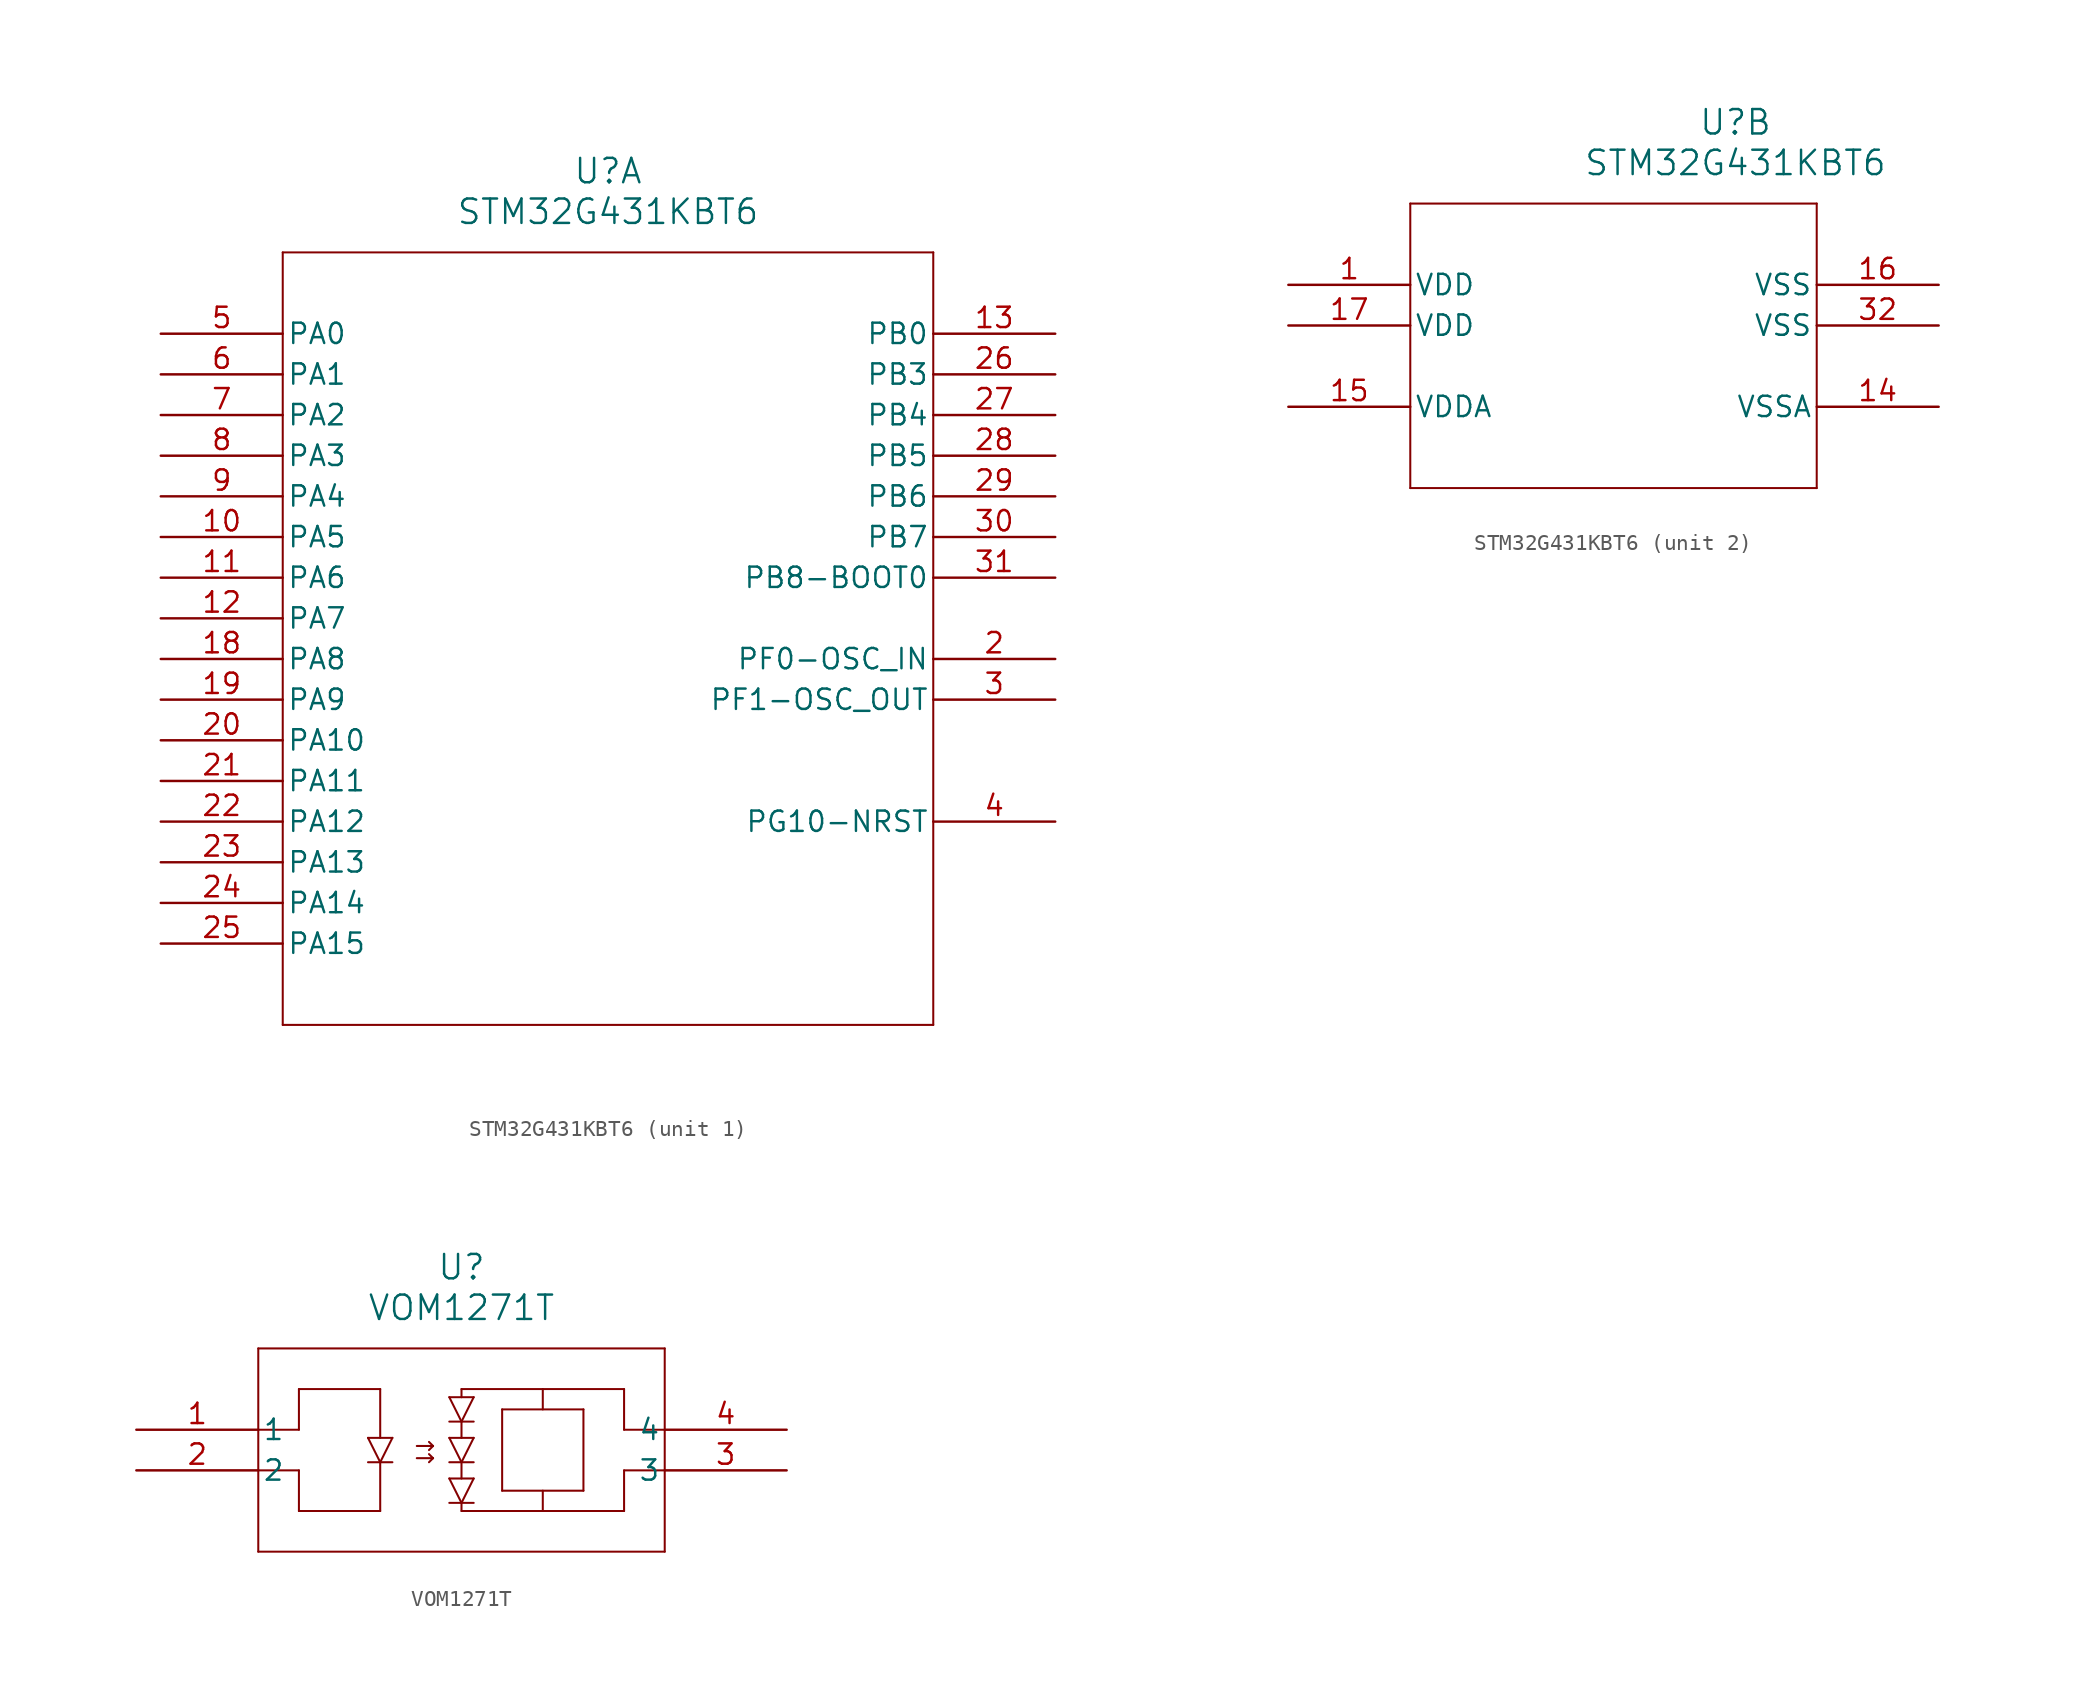
<source format=kicad_sym>
(kicad_symbol_lib
  (version 20220914)
  (generator kicad_symbol_editor)
  (symbol "STM32G431KBT6"
    (pin_names
      (offset 0.254))
    (property "Reference" "U"
      (at 27.94 10.16 0)
      (effects (font (size 1.524 1.524))))
    (property "Value" "STM32G431KBT6"
      (at 27.94 7.62 0)
      (effects (font (size 1.524 1.524))))
    (property "ki_locked" ""
      (at 0 0 0)
      (effects (font (size 1.27 1.27))))
    (symbol "STM32G431KBT6_1_1"
      (polyline (pts (xy 7.62 -43.18) (xy 48.26 -43.18)) (stroke (width 0.127) (type default)) (fill (type none)))
      (polyline (pts (xy 7.62 5.08) (xy 7.62 -43.18)) (stroke (width 0.127) (type default)) (fill (type none)))
      (polyline (pts (xy 48.26 -43.18) (xy 48.26 5.08)) (stroke (width 0.127) (type default)) (fill (type none)))
      (polyline (pts (xy 48.26 5.08) (xy 7.62 5.08)) (stroke (width 0.127) (type default)) (fill (type none)))
      (pin bidirectional line (at 0 -12.7 0) (length 7.62) (name "PA5" (effects (font (size 1.27 1.27)))) (number "10" (effects (font (size 1.27 1.27)))))
      (pin bidirectional line (at 0 -15.24 0) (length 7.62) (name "PA6" (effects (font (size 1.27 1.27)))) (number "11" (effects (font (size 1.27 1.27)))))
      (pin bidirectional line (at 0 -17.78 0) (length 7.62) (name "PA7" (effects (font (size 1.27 1.27)))) (number "12" (effects (font (size 1.27 1.27)))))
      (pin bidirectional line (at 55.88 0 180) (length 7.62) (name "PB0" (effects (font (size 1.27 1.27)))) (number "13" (effects (font (size 1.27 1.27)))))
      (pin bidirectional line (at 0 -20.32 0) (length 7.62) (name "PA8" (effects (font (size 1.27 1.27)))) (number "18" (effects (font (size 1.27 1.27)))))
      (pin bidirectional line (at 0 -22.86 0) (length 7.62) (name "PA9" (effects (font (size 1.27 1.27)))) (number "19" (effects (font (size 1.27 1.27)))))
      (pin bidirectional line (at 55.88 -20.32 180) (length 7.62) (name "PF0-OSC_IN" (effects (font (size 1.27 1.27)))) (number "2" (effects (font (size 1.27 1.27)))))
      (pin bidirectional line (at 0 -25.4 0) (length 7.62) (name "PA10" (effects (font (size 1.27 1.27)))) (number "20" (effects (font (size 1.27 1.27)))))
      (pin bidirectional line (at 0 -27.94 0) (length 7.62) (name "PA11" (effects (font (size 1.27 1.27)))) (number "21" (effects (font (size 1.27 1.27)))))
      (pin bidirectional line (at 0 -30.48 0) (length 7.62) (name "PA12" (effects (font (size 1.27 1.27)))) (number "22" (effects (font (size 1.27 1.27)))))
      (pin bidirectional line (at 0 -33.02 0) (length 7.62) (name "PA13" (effects (font (size 1.27 1.27)))) (number "23" (effects (font (size 1.27 1.27)))))
      (pin bidirectional line (at 0 -35.56 0) (length 7.62) (name "PA14" (effects (font (size 1.27 1.27)))) (number "24" (effects (font (size 1.27 1.27)))))
      (pin bidirectional line (at 0 -38.1 0) (length 7.62) (name "PA15" (effects (font (size 1.27 1.27)))) (number "25" (effects (font (size 1.27 1.27)))))
      (pin bidirectional line (at 55.88 -2.54 180) (length 7.62) (name "PB3" (effects (font (size 1.27 1.27)))) (number "26" (effects (font (size 1.27 1.27)))))
      (pin bidirectional line (at 55.88 -5.08 180) (length 7.62) (name "PB4" (effects (font (size 1.27 1.27)))) (number "27" (effects (font (size 1.27 1.27)))))
      (pin bidirectional line (at 55.88 -7.62 180) (length 7.62) (name "PB5" (effects (font (size 1.27 1.27)))) (number "28" (effects (font (size 1.27 1.27)))))
      (pin bidirectional line (at 55.88 -10.16 180) (length 7.62) (name "PB6" (effects (font (size 1.27 1.27)))) (number "29" (effects (font (size 1.27 1.27)))))
      (pin bidirectional line (at 55.88 -22.86 180) (length 7.62) (name "PF1-OSC_OUT" (effects (font (size 1.27 1.27)))) (number "3" (effects (font (size 1.27 1.27)))))
      (pin bidirectional line (at 55.88 -12.7 180) (length 7.62) (name "PB7" (effects (font (size 1.27 1.27)))) (number "30" (effects (font (size 1.27 1.27)))))
      (pin bidirectional line (at 55.88 -15.24 180) (length 7.62) (name "PB8-BOOT0" (effects (font (size 1.27 1.27)))) (number "31" (effects (font (size 1.27 1.27)))))
      (pin bidirectional line (at 55.88 -30.48 180) (length 7.62) (name "PG10-NRST" (effects (font (size 1.27 1.27)))) (number "4" (effects (font (size 1.27 1.27)))))
      (pin bidirectional line (at 0 0 0) (length 7.62) (name "PA0" (effects (font (size 1.27 1.27)))) (number "5" (effects (font (size 1.27 1.27)))))
      (pin bidirectional line (at 0 -2.54 0) (length 7.62) (name "PA1" (effects (font (size 1.27 1.27)))) (number "6" (effects (font (size 1.27 1.27)))))
      (pin bidirectional line (at 0 -5.08 0) (length 7.62) (name "PA2" (effects (font (size 1.27 1.27)))) (number "7" (effects (font (size 1.27 1.27)))))
      (pin bidirectional line (at 0 -7.62 0) (length 7.62) (name "PA3" (effects (font (size 1.27 1.27)))) (number "8" (effects (font (size 1.27 1.27)))))
      (pin bidirectional line (at 0 -10.16 0) (length 7.62) (name "PA4" (effects (font (size 1.27 1.27)))) (number "9" (effects (font (size 1.27 1.27))))))
    (symbol "STM32G431KBT6_2_1"
      (polyline (pts (xy 7.62 -12.7) (xy 33.02 -12.7)) (stroke (width 0.127) (type default)) (fill (type none)))
      (polyline (pts (xy 7.62 5.08) (xy 7.62 -12.7)) (stroke (width 0.127) (type default)) (fill (type none)))
      (polyline (pts (xy 33.02 -12.7) (xy 33.02 5.08)) (stroke (width 0.127) (type default)) (fill (type none)))
      (polyline (pts (xy 33.02 5.08) (xy 7.62 5.08)) (stroke (width 0.127) (type default)) (fill (type none)))
      (pin power_in line (at 0 0 0) (length 7.62) (name "VDD" (effects (font (size 1.27 1.27)))) (number "1" (effects (font (size 1.27 1.27)))))
      (pin power_in line (at 40.64 -7.62 180) (length 7.62) (name "VSSA" (effects (font (size 1.27 1.27)))) (number "14" (effects (font (size 1.27 1.27)))))
      (pin power_in line (at 0 -7.62 0) (length 7.62) (name "VDDA" (effects (font (size 1.27 1.27)))) (number "15" (effects (font (size 1.27 1.27)))))
      (pin power_in line (at 40.64 0 180) (length 7.62) (name "VSS" (effects (font (size 1.27 1.27)))) (number "16" (effects (font (size 1.27 1.27)))))
      (pin power_in line (at 0 -2.54 0) (length 7.62) (name "VDD" (effects (font (size 1.27 1.27)))) (number "17" (effects (font (size 1.27 1.27)))))
      (pin power_in line (at 40.64 -2.54 180) (length 7.62) (name "VSS" (effects (font (size 1.27 1.27)))) (number "32" (effects (font (size 1.27 1.27)))))))
  (symbol "VOM1271T"
    (pin_names
      (offset 0.254))
    (property "Reference" "U"
      (at 20.32 10.16 0)
      (effects (font (size 1.524 1.524))))
    (property "Value" "VOM1271T"
      (at 20.32 7.62 0)
      (effects (font (size 1.524 1.524))))
    (property "ki_locked" ""
      (at 0 0 0)
      (effects (font (size 1.27 1.27))))
    (symbol "VOM1271T_0_1"
      (polyline (pts (xy 7.62 -7.62) (xy 33.02 -7.62)) (stroke (width 0.127) (type default)) (fill (type none)))
      (polyline (pts (xy 7.62 -2.54) (xy 10.16 -2.54)) (stroke (width 0.127) (type default)) (fill (type none)))
      (polyline (pts (xy 7.62 0) (xy 10.16 0)) (stroke (width 0.127) (type default)) (fill (type none)))
      (polyline (pts (xy 7.62 5.08) (xy 7.62 -7.62)) (stroke (width 0.127) (type default)) (fill (type none)))
      (polyline (pts (xy 10.16 -5.08) (xy 15.24 -5.08)) (stroke (width 0.127) (type default)) (fill (type none)))
      (polyline (pts (xy 10.16 -2.54) (xy 10.16 -5.08)) (stroke (width 0.127) (type default)) (fill (type none)))
      (polyline (pts (xy 10.16 0) (xy 10.16 2.54)) (stroke (width 0.127) (type default)) (fill (type none)))
      (polyline (pts (xy 10.16 2.54) (xy 15.24 2.54)) (stroke (width 0.127) (type default)) (fill (type none)))
      (polyline (pts (xy 14.478 -2.032) (xy 16.002 -2.032)) (stroke (width 0.127) (type default)) (fill (type none)))
      (polyline (pts (xy 14.478 -0.508) (xy 15.24 -2.032)) (stroke (width 0.127) (type default)) (fill (type none)))
      (polyline (pts (xy 15.24 -2.032) (xy 15.24 -5.08)) (stroke (width 0.127) (type default)) (fill (type none)))
      (polyline (pts (xy 15.24 -2.032) (xy 16.002 -0.508)) (stroke (width 0.127) (type default)) (fill (type none)))
      (polyline (pts (xy 15.24 -0.508) (xy 15.24 2.54)) (stroke (width 0.127) (type default)) (fill (type none)))
      (polyline (pts (xy 16.002 -0.508) (xy 14.478 -0.508)) (stroke (width 0.127) (type default)) (fill (type none)))
      (polyline (pts (xy 17.526 -1.778) (xy 18.542 -1.778)) (stroke (width 0.127) (type default)) (fill (type none)))
      (polyline (pts (xy 17.526 -1.016) (xy 18.542 -1.016)) (stroke (width 0.127) (type default)) (fill (type none)))
      (polyline (pts (xy 18.542 -1.778) (xy 18.288 -2.032)) (stroke (width 0.127) (type default)) (fill (type none)))
      (polyline (pts (xy 18.542 -1.778) (xy 18.288 -1.524)) (stroke (width 0.127) (type default)) (fill (type none)))
      (polyline (pts (xy 18.542 -1.016) (xy 18.288 -1.27)) (stroke (width 0.127) (type default)) (fill (type none)))
      (polyline (pts (xy 18.542 -1.016) (xy 18.288 -0.762)) (stroke (width 0.127) (type default)) (fill (type none)))
      (polyline (pts (xy 19.558 -4.572) (xy 21.082 -4.572)) (stroke (width 0.127) (type default)) (fill (type none)))
      (polyline (pts (xy 19.558 -3.048) (xy 20.32 -4.572)) (stroke (width 0.127) (type default)) (fill (type none)))
      (polyline (pts (xy 19.558 -2.032) (xy 21.082 -2.032)) (stroke (width 0.127) (type default)) (fill (type none)))
      (polyline (pts (xy 19.558 -0.508) (xy 20.32 -2.032)) (stroke (width 0.127) (type default)) (fill (type none)))
      (polyline (pts (xy 19.558 0.508) (xy 21.082 0.508)) (stroke (width 0.127) (type default)) (fill (type none)))
      (polyline (pts (xy 19.558 2.032) (xy 20.32 0.508)) (stroke (width 0.127) (type default)) (fill (type none)))
      (polyline (pts (xy 20.32 -5.08) (xy 30.48 -5.08)) (stroke (width 0.127) (type default)) (fill (type none)))
      (polyline (pts (xy 20.32 -4.572) (xy 20.32 -5.08)) (stroke (width 0.127) (type default)) (fill (type none)))
      (polyline (pts (xy 20.32 -4.572) (xy 21.082 -3.048)) (stroke (width 0.127) (type default)) (fill (type none)))
      (polyline (pts (xy 20.32 -2.032) (xy 20.32 -3.048)) (stroke (width 0.127) (type default)) (fill (type none)))
      (polyline (pts (xy 20.32 -2.032) (xy 21.082 -0.508)) (stroke (width 0.127) (type default)) (fill (type none)))
      (polyline (pts (xy 20.32 -0.508) (xy 20.32 0.508)) (stroke (width 0.127) (type default)) (fill (type none)))
      (polyline (pts (xy 20.32 0.508) (xy 21.082 2.032)) (stroke (width 0.127) (type default)) (fill (type none)))
      (polyline (pts (xy 20.32 2.032) (xy 20.32 2.54)) (stroke (width 0.127) (type default)) (fill (type none)))
      (polyline (pts (xy 21.082 -3.048) (xy 19.558 -3.048)) (stroke (width 0.127) (type default)) (fill (type none)))
      (polyline (pts (xy 21.082 -0.508) (xy 19.558 -0.508)) (stroke (width 0.127) (type default)) (fill (type none)))
      (polyline (pts (xy 21.082 2.032) (xy 19.558 2.032)) (stroke (width 0.127) (type default)) (fill (type none)))
      (polyline (pts (xy 22.86 -3.81) (xy 22.86 1.27)) (stroke (width 0.127) (type default)) (fill (type none)))
      (polyline (pts (xy 22.86 1.27) (xy 27.94 1.27)) (stroke (width 0.127) (type default)) (fill (type none)))
      (polyline (pts (xy 25.4 -3.81) (xy 25.4 -5.08)) (stroke (width 0.127) (type default)) (fill (type none)))
      (polyline (pts (xy 25.4 2.54) (xy 25.4 1.27)) (stroke (width 0.127) (type default)) (fill (type none)))
      (polyline (pts (xy 27.94 -3.81) (xy 22.86 -3.81)) (stroke (width 0.127) (type default)) (fill (type none)))
      (polyline (pts (xy 27.94 1.27) (xy 27.94 -3.81)) (stroke (width 0.127) (type default)) (fill (type none)))
      (polyline (pts (xy 30.48 -5.08) (xy 30.48 -2.54)) (stroke (width 0.127) (type default)) (fill (type none)))
      (polyline (pts (xy 30.48 -2.54) (xy 33.02 -2.54)) (stroke (width 0.127) (type default)) (fill (type none)))
      (polyline (pts (xy 30.48 0) (xy 30.48 2.54)) (stroke (width 0.127) (type default)) (fill (type none)))
      (polyline (pts (xy 30.48 2.54) (xy 20.32 2.54)) (stroke (width 0.127) (type default)) (fill (type none)))
      (polyline (pts (xy 33.02 -7.62) (xy 33.02 5.08)) (stroke (width 0.127) (type default)) (fill (type none)))
      (polyline (pts (xy 33.02 0) (xy 30.48 0)) (stroke (width 0.127) (type default)) (fill (type none)))
      (polyline (pts (xy 33.02 5.08) (xy 7.62 5.08)) (stroke (width 0.127) (type default)) (fill (type none)))
      (pin unspecified line (at 0 0 0) (length 7.62) (name "1" (effects (font (size 1.27 1.27)))) (number "1" (effects (font (size 1.27 1.27)))))
      (pin unspecified line (at 0 -2.54 0) (length 7.62) (name "2" (effects (font (size 1.27 1.27)))) (number "2" (effects (font (size 1.27 1.27)))))
      (pin unspecified line (at 40.64 -2.54 180) (length 7.62) (name "3" (effects (font (size 1.27 1.27)))) (number "3" (effects (font (size 1.27 1.27)))))
      (pin unspecified line (at 40.64 0 180) (length 7.62) (name "4" (effects (font (size 1.27 1.27)))) (number "4" (effects (font (size 1.27 1.27))))))))
</source>
